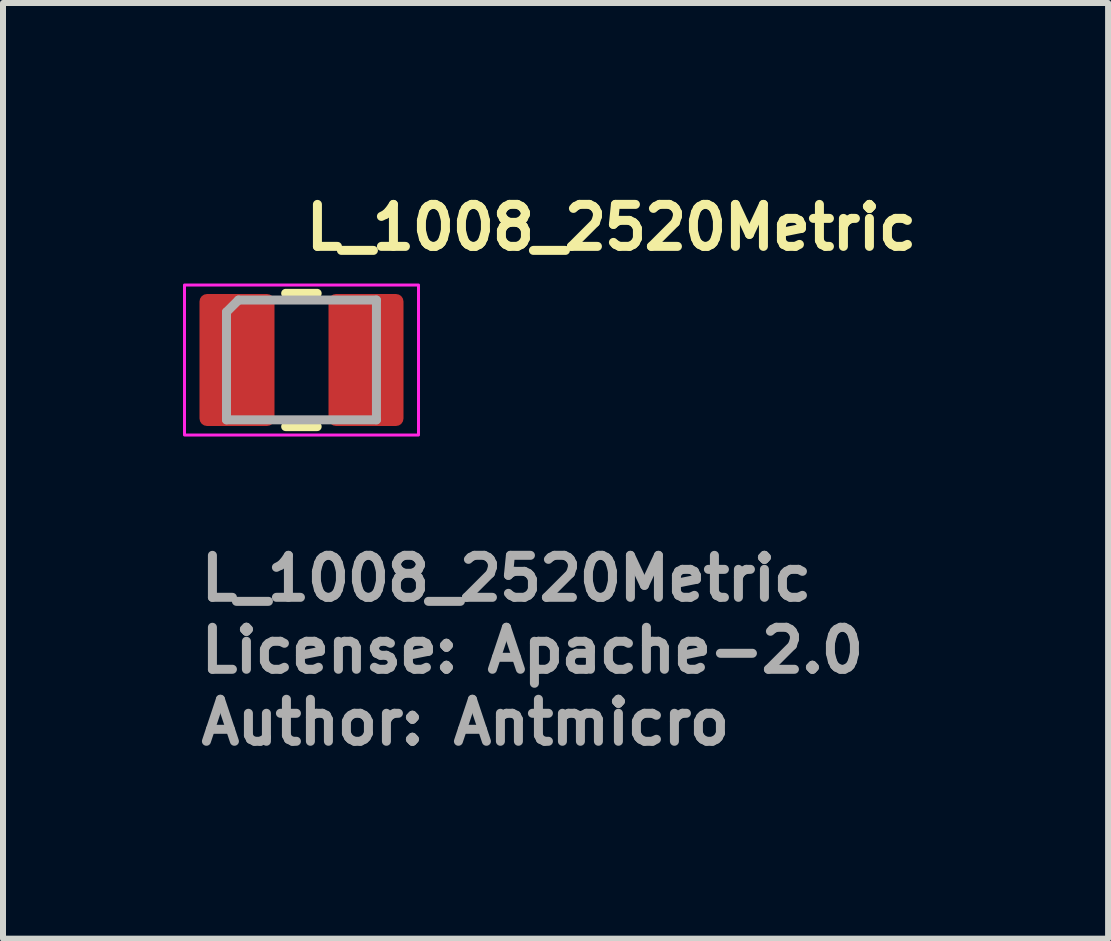
<source format=kicad_pcb>
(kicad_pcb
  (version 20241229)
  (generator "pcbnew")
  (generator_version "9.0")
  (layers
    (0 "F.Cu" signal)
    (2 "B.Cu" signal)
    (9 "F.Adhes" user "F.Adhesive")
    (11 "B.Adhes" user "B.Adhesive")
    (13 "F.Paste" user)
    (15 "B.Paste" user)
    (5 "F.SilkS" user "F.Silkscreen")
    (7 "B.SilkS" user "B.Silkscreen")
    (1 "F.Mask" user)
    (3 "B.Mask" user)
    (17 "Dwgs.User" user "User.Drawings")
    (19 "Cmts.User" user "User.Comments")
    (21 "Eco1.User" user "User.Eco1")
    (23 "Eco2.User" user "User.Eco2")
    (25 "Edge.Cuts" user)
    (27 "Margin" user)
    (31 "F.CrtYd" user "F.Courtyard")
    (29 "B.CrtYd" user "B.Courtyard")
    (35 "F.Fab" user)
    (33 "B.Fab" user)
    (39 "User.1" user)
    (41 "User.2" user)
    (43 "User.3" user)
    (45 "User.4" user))
  (footprint "L_1008_2520Metric"
    (layer "F.Cu")
    (at 1.975 2.95)
    (property "Reference" "L_1008_2520Metric" (at 0 -1.8 0) (layer "F.SilkS") (effects (font (size 0.7 0.7) (thickness 0.15)) (justify left bottom)))
    (attr smd)
    (fp_line (start -0.264 -1.111) (end 0.261 -1.111) (stroke (width 0.15) (type solid)) (layer "F.SilkS"))
    (fp_line (start -0.264 1.11) (end 0.261 1.11) (stroke (width 0.15) (type solid)) (layer "F.SilkS"))
    (fp_rect (start -1.95 -1.25) (end 1.95 1.25) (stroke (width 0.05) (type solid)) (fill no) (layer "F.CrtYd"))
    (fp_line (start -1.25 -0.8) (end -1.05 -0.999) (stroke (width 0.15) (type solid)) (layer "F.Fab"))
    (fp_line (start -1.25 0.997) (end -1.25 -0.8) (stroke (width 0.15) (type solid)) (layer "F.Fab"))
    (fp_line (start -1.05 -0.999) (end 1.249 -0.999) (stroke (width 0.15) (type solid)) (layer "F.Fab"))
    (fp_line (start 1.249 -0.999) (end 1.249 0.997) (stroke (width 0.15) (type solid)) (layer "F.Fab"))
    (fp_line (start 1.249 0.997) (end -1.25 0.997) (stroke (width 0.15) (type solid)) (layer "F.Fab"))
    (fp_rect (start -1.25 -0.999) (end 1.249 0.997) (stroke (width 0.1) (type solid)) (fill no) (layer "User.5"))
    (fp_rect (start -1.25 -0.999) (end 1.249 0.997) (stroke (width 0.1) (type solid)) (fill no) (layer "User.5"))
    (fp_line (start -1.25 -0.999) (end -0.653 -0.999) (stroke (width 0.02) (type solid)) (layer "User.9"))
    (fp_line (start -1.25 0.997) (end -1.25 -0.999) (stroke (width 0.02) (type solid)) (layer "User.9"))
    (fp_line (start -1.25 0.997) (end -0.653 0.997) (stroke (width 0.02) (type solid)) (layer "User.9"))
    (fp_line (start -0.653 -0.999) (end -0.653 0.997) (stroke (width 0.02) (type solid)) (layer "User.9"))
    (fp_line (start -0.653 0.997) (end -0.653 -0.999) (stroke (width 0.02) (type solid)) (layer "User.9"))
    (fp_line (start -0.653 0.997) (end 0.65 0.997) (stroke (width 0.02) (type solid)) (layer "User.9"))
    (fp_line (start 0.65 -0.999) (end -0.653 -0.999) (stroke (width 0.02) (type solid)) (layer "User.9"))
    (fp_line (start 0.65 -0.999) (end 0.65 0.997) (stroke (width 0.02) (type solid)) (layer "User.9"))
    (fp_line (start 0.65 0.997) (end 0.65 -0.999) (stroke (width 0.02) (type solid)) (layer "User.9"))
    (fp_line (start 1.249 -0.999) (end 0.65 -0.999) (stroke (width 0.02) (type solid)) (layer "User.9"))
    (fp_line (start 1.249 -0.999) (end 1.249 0.997) (stroke (width 0.02) (type solid)) (layer "User.9"))
    (fp_line (start 1.249 0.997) (end 0.65 0.997) (stroke (width 0.02) (type solid)) (layer "User.9"))
    (fp_text user "License: Apache-2.0" (at -1.75 5.248 0) (layer "F.Fab") (effects (font (size 0.7 0.7) (thickness 0.15)) (justify left bottom)))
    (fp_text user "Author: Antmicro" (at -1.75 6.448 0) (layer "F.Fab") (effects (font (size 0.7 0.7) (thickness 0.15)) (justify left bottom)))
    (fp_text user "${REFERENCE}" (at -1.75 4.049 0) (layer "F.Fab") (effects (font (size 0.7 0.7) (thickness 0.15)) (justify left bottom)))
    (pad "1" smd roundrect (at -1.075 0) (size 1.25 2.2) (layers "F.Cu" "F.Mask" "F.Paste") (roundrect_rratio 0.1))
    (pad "2" smd roundrect (at 1.075 0) (size 1.25 2.2) (layers "F.Cu" "F.Mask" "F.Paste") (roundrect_rratio 0.1)))
  (gr_rect
    (start -3 -3)
    (end 15.418 12.594)
    (stroke (width 0.1) (type default))
    (fill no)
    (layer "Edge.Cuts")))
</source>
